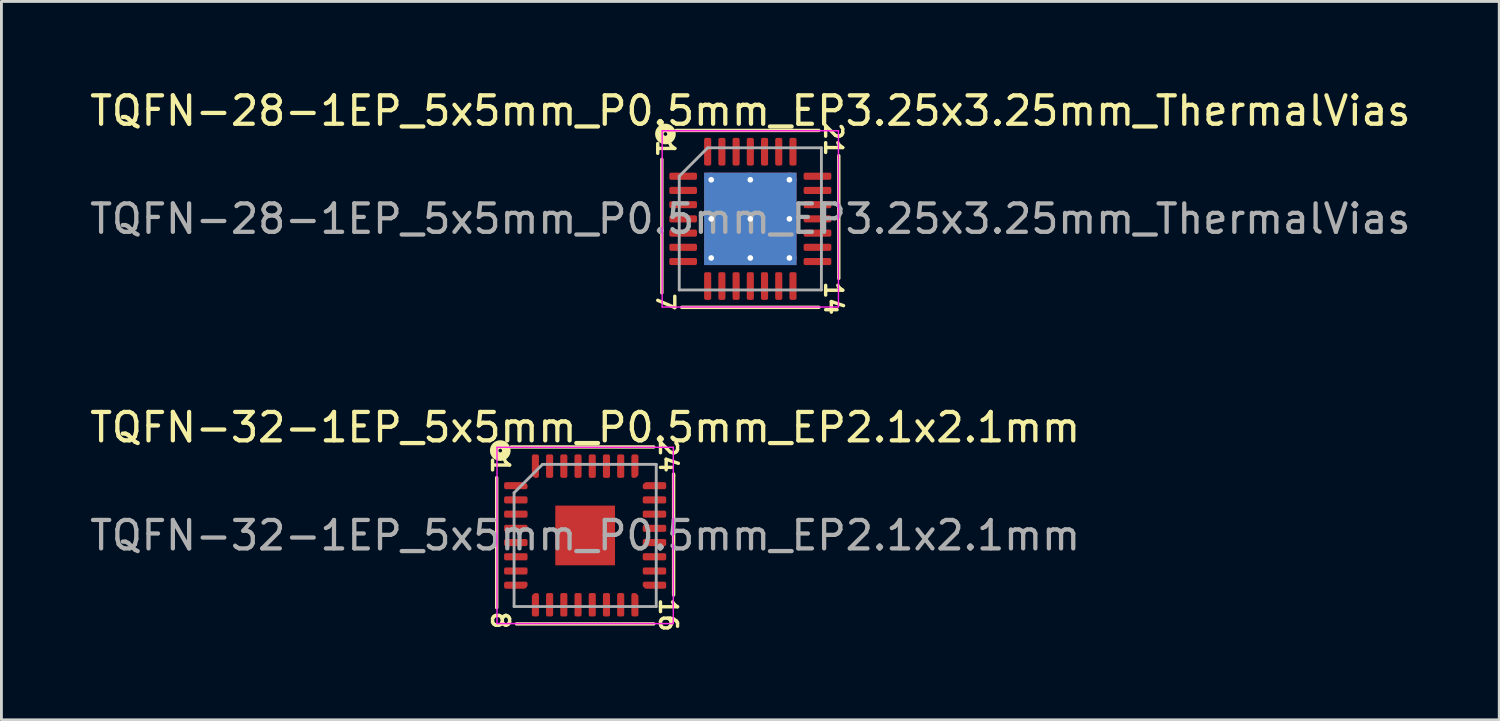
<source format=kicad_pcb>
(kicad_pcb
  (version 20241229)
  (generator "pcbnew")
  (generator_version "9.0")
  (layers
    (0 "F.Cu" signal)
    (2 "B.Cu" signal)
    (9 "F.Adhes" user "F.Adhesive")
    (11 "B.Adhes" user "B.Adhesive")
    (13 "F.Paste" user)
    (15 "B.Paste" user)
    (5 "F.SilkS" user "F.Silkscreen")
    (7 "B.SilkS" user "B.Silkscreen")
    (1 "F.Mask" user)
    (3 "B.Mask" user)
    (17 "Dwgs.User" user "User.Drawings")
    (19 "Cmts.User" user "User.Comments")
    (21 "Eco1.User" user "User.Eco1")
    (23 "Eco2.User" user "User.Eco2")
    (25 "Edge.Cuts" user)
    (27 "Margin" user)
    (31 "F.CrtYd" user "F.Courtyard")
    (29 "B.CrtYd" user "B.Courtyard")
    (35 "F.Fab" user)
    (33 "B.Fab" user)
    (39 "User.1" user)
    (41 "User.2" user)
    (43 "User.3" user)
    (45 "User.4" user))
  (footprint "TQFN-32-1EP_5x5mm_P0.5mm_EP2.1x2.1mm"
    (layer "F.Cu")
    (at 17.53 15.782)
    (property "Reference" "TQFN-32-1EP_5x5mm_P0.5mm_EP2.1x2.1mm" (at 0 -3.8 0) (layer "F.SilkS") (effects (font (size 1 1) (thickness 0.15))))
    (attr smd)
    (fp_line (start -3.111 -2.032) (end -3.111 2.54) (stroke (width 0.12) (type solid)) (layer "F.SilkS"))
    (fp_line (start -2.413 3.111) (end 2.413 3.111) (stroke (width 0.12) (type solid)) (layer "F.SilkS"))
    (fp_line (start 2.413 -3.111) (end -2.603 -3.111) (stroke (width 0.12) (type solid)) (layer "F.SilkS"))
    (fp_line (start 3.111 -2.095) (end 3.111 -2.159) (stroke (width 0.12) (type solid)) (layer "F.SilkS"))
    (fp_line (start 3.111 2.095) (end 3.111 -2.095) (stroke (width 0.12) (type solid)) (layer "F.SilkS"))
    (fp_circle (center -2.985 -2.985) (end -2.921 -2.985) (stroke (width 0.3) (type solid)) (fill no) (layer "F.SilkS"))
    (fp_line (start -3.1 -3.1) (end -3.1 3.1) (stroke (width 0.05) (type solid)) (layer "F.CrtYd"))
    (fp_line (start -3.1 3.1) (end 3.1 3.1) (stroke (width 0.05) (type solid)) (layer "F.CrtYd"))
    (fp_line (start 3.1 -3.1) (end -3.1 -3.1) (stroke (width 0.05) (type solid)) (layer "F.CrtYd"))
    (fp_line (start 3.1 3.1) (end 3.1 -3.1) (stroke (width 0.05) (type solid)) (layer "F.CrtYd"))
    (fp_line (start -2.5 -1.5) (end -1.5 -2.5) (stroke (width 0.1) (type solid)) (layer "F.Fab"))
    (fp_line (start -2.5 2.5) (end -2.5 -1.5) (stroke (width 0.1) (type solid)) (layer "F.Fab"))
    (fp_line (start -1.5 -2.5) (end 2.5 -2.5) (stroke (width 0.1) (type solid)) (layer "F.Fab"))
    (fp_line (start 2.5 -2.5) (end 2.5 2.5) (stroke (width 0.1) (type solid)) (layer "F.Fab"))
    (fp_line (start 2.5 2.5) (end -2.5 2.5) (stroke (width 0.1) (type solid)) (layer "F.Fab"))
    (fp_text user "16" (at 2.921 2.794 270) (unlocked yes) (layer "F.SilkS") (effects (font (size 0.6 0.6) (thickness 0.12))))
    (fp_text user "8" (at -2.985 2.985 270) (unlocked yes) (layer "F.SilkS") (effects (font (size 0.6 0.6) (thickness 0.12))))
    (fp_text user "24" (at 2.921 -2.794 270) (unlocked yes) (layer "F.SilkS") (effects (font (size 0.6 0.6) (thickness 0.12))))
    (fp_text user "1" (at -2.985 -2.477 270) (unlocked yes) (layer "F.SilkS") (effects (font (size 0.6 0.6) (thickness 0.12))))
    (fp_text user "${REFERENCE}" (at 0 0 0) (layer "F.Fab") (effects (font (size 1 1) (thickness 0.15))))
    (pad "" smd roundrect (at -0.525 -0.525) (size 0.85 0.85) (layers "F.Paste") (roundrect_rratio 0.25))
    (pad "" smd roundrect (at -0.525 0.525) (size 0.85 0.85) (layers "F.Paste") (roundrect_rratio 0.25))
    (pad "" smd roundrect (at 0.525 -0.525) (size 0.85 0.85) (layers "F.Paste") (roundrect_rratio 0.25))
    (pad "" smd roundrect (at 0.525 0.525) (size 0.85 0.85) (layers "F.Paste") (roundrect_rratio 0.25))
    (pad "1" smd custom (at -2.438 -1.75) (size 0.186 0.186) (layers "F.Cu" "F.Mask" "F.Paste") (options (anchor circle)) (primitives (gr_poly (pts (xy 0.35 -0.009) (xy 0.35 0.062) (xy -0.35 0.062) (xy -0.35 -0.062) (xy 0.297 -0.062)) (width 0.125) (fill yes))))
    (pad "2" smd roundrect (at -2.438 -1.25) (size 0.825 0.25) (layers "F.Cu" "F.Mask" "F.Paste") (roundrect_rratio 0.25))
    (pad "3" smd roundrect (at -2.438 -0.75) (size 0.825 0.25) (layers "F.Cu" "F.Mask" "F.Paste") (roundrect_rratio 0.25))
    (pad "4" smd roundrect (at -2.438 -0.25) (size 0.825 0.25) (layers "F.Cu" "F.Mask" "F.Paste") (roundrect_rratio 0.25))
    (pad "5" smd roundrect (at -2.438 0.25) (size 0.825 0.25) (layers "F.Cu" "F.Mask" "F.Paste") (roundrect_rratio 0.25))
    (pad "6" smd roundrect (at -2.438 0.75) (size 0.825 0.25) (layers "F.Cu" "F.Mask" "F.Paste") (roundrect_rratio 0.25))
    (pad "7" smd roundrect (at -2.438 1.25) (size 0.825 0.25) (layers "F.Cu" "F.Mask" "F.Paste") (roundrect_rratio 0.25))
    (pad "8" smd custom (at -2.438 1.75) (size 0.186 0.186) (layers "F.Cu" "F.Mask" "F.Paste") (options (anchor circle)) (primitives (gr_poly (pts (xy 0.35 0.009) (xy 0.297 0.062) (xy -0.35 0.062) (xy -0.35 -0.062) (xy 0.35 -0.062)) (width 0.125) (fill yes))))
    (pad "9" smd custom (at -1.75 2.438) (size 0.186 0.186) (layers "F.Cu" "F.Mask" "F.Paste") (options (anchor circle)) (primitives (gr_poly (pts (xy 0.062 0.35) (xy -0.062 0.35) (xy -0.062 -0.297) (xy -0.009 -0.35) (xy 0.062 -0.35)) (width 0.125) (fill yes))))
    (pad "10" smd roundrect (at -1.25 2.438) (size 0.25 0.825) (layers "F.Cu" "F.Mask" "F.Paste") (roundrect_rratio 0.25))
    (pad "11" smd roundrect (at -0.75 2.438) (size 0.25 0.825) (layers "F.Cu" "F.Mask" "F.Paste") (roundrect_rratio 0.25))
    (pad "12" smd roundrect (at -0.25 2.438) (size 0.25 0.825) (layers "F.Cu" "F.Mask" "F.Paste") (roundrect_rratio 0.25))
    (pad "13" smd roundrect (at 0.25 2.438) (size 0.25 0.825) (layers "F.Cu" "F.Mask" "F.Paste") (roundrect_rratio 0.25))
    (pad "14" smd roundrect (at 0.75 2.438) (size 0.25 0.825) (layers "F.Cu" "F.Mask" "F.Paste") (roundrect_rratio 0.25))
    (pad "15" smd roundrect (at 1.25 2.438) (size 0.25 0.825) (layers "F.Cu" "F.Mask" "F.Paste") (roundrect_rratio 0.25))
    (pad "16" smd custom (at 1.75 2.438) (size 0.186 0.186) (layers "F.Cu" "F.Mask" "F.Paste") (options (anchor circle)) (primitives (gr_poly (pts (xy 0.062 -0.297) (xy 0.062 0.35) (xy -0.062 0.35) (xy -0.062 -0.35) (xy 0.009 -0.35)) (width 0.125) (fill yes))))
    (pad "17" smd custom (at 2.438 1.75) (size 0.186 0.186) (layers "F.Cu" "F.Mask" "F.Paste") (options (anchor circle)) (primitives (gr_poly (pts (xy 0.35 0.062) (xy -0.297 0.062) (xy -0.35 0.009) (xy -0.35 -0.062) (xy 0.35 -0.062)) (width 0.125) (fill yes))))
    (pad "18" smd roundrect (at 2.438 1.25) (size 0.825 0.25) (layers "F.Cu" "F.Mask" "F.Paste") (roundrect_rratio 0.25))
    (pad "19" smd roundrect (at 2.438 0.75) (size 0.825 0.25) (layers "F.Cu" "F.Mask" "F.Paste") (roundrect_rratio 0.25))
    (pad "20" smd roundrect (at 2.438 0.25) (size 0.825 0.25) (layers "F.Cu" "F.Mask" "F.Paste") (roundrect_rratio 0.25))
    (pad "21" smd roundrect (at 2.438 -0.25) (size 0.825 0.25) (layers "F.Cu" "F.Mask" "F.Paste") (roundrect_rratio 0.25))
    (pad "22" smd roundrect (at 2.438 -0.75) (size 0.825 0.25) (layers "F.Cu" "F.Mask" "F.Paste") (roundrect_rratio 0.25))
    (pad "23" smd roundrect (at 2.438 -1.25) (size 0.825 0.25) (layers "F.Cu" "F.Mask" "F.Paste") (roundrect_rratio 0.25))
    (pad "24" smd custom (at 2.438 -1.75) (size 0.186 0.186) (layers "F.Cu" "F.Mask" "F.Paste") (options (anchor circle)) (primitives (gr_poly (pts (xy 0.35 0.062) (xy -0.35 0.062) (xy -0.35 -0.009) (xy -0.297 -0.062) (xy 0.35 -0.062)) (width 0.125) (fill yes))))
    (pad "25" smd custom (at 1.75 -2.438) (size 0.186 0.186) (layers "F.Cu" "F.Mask" "F.Paste") (options (anchor circle)) (primitives (gr_poly (pts (xy 0.062 0.297) (xy 0.009 0.35) (xy -0.062 0.35) (xy -0.062 -0.35) (xy 0.062 -0.35)) (width 0.125) (fill yes))))
    (pad "26" smd roundrect (at 1.25 -2.438) (size 0.25 0.825) (layers "F.Cu" "F.Mask" "F.Paste") (roundrect_rratio 0.25))
    (pad "27" smd roundrect (at 0.75 -2.438) (size 0.25 0.825) (layers "F.Cu" "F.Mask" "F.Paste") (roundrect_rratio 0.25))
    (pad "28" smd roundrect (at 0.25 -2.438) (size 0.25 0.825) (layers "F.Cu" "F.Mask" "F.Paste") (roundrect_rratio 0.25))
    (pad "29" smd roundrect (at -0.25 -2.438) (size 0.25 0.825) (layers "F.Cu" "F.Mask" "F.Paste") (roundrect_rratio 0.25))
    (pad "30" smd roundrect (at -0.75 -2.438) (size 0.25 0.825) (layers "F.Cu" "F.Mask" "F.Paste") (roundrect_rratio 0.25))
    (pad "31" smd roundrect (at -1.25 -2.438) (size 0.25 0.825) (layers "F.Cu" "F.Mask" "F.Paste") (roundrect_rratio 0.25))
    (pad "32" smd custom (at -1.75 -2.438) (size 0.186 0.186) (layers "F.Cu" "F.Mask" "F.Paste") (options (anchor circle)) (primitives (gr_poly (pts (xy 0.062 0.35) (xy -0.009 0.35) (xy -0.062 0.297) (xy -0.062 -0.35) (xy 0.062 -0.35)) (width 0.125) (fill yes))))
    (pad "33" smd rect (at 0 0) (size 2.1 2.1) (layers "F.Cu" "F.Mask")))
  (footprint "TQFN-28-1EP_5x5mm_P0.5mm_EP3.25x3.25mm_ThermalVias"
    (layer "F.Cu")
    (at 23.339 4.648)
    (property "Reference" "TQFN-28-1EP_5x5mm_P0.5mm_EP3.25x3.25mm_ThermalVias" (at 0 -3.8 0) (layer "F.SilkS") (effects (font (size 1 1) (thickness 0.15))))
    (attr smd)
    (fp_line (start -3.111 -2.095) (end -3.111 2.603) (stroke (width 0.12) (type solid)) (layer "F.SilkS"))
    (fp_line (start -2.413 3.111) (end 2.413 3.111) (stroke (width 0.12) (type solid)) (layer "F.SilkS"))
    (fp_line (start 2.413 -3.111) (end -2.603 -3.111) (stroke (width 0.12) (type solid)) (layer "F.SilkS"))
    (fp_line (start 3.111 2.095) (end 3.111 -2.223) (stroke (width 0.12) (type solid)) (layer "F.SilkS"))
    (fp_circle (center -2.985 -2.985) (end -2.921 -2.985) (stroke (width 0.3) (type solid)) (fill no) (layer "F.SilkS"))
    (fp_line (start -3.1 -3.1) (end -3.1 3.1) (stroke (width 0.05) (type solid)) (layer "F.CrtYd"))
    (fp_line (start -3.1 3.1) (end 3.1 3.1) (stroke (width 0.05) (type solid)) (layer "F.CrtYd"))
    (fp_line (start 3.1 -3.1) (end -3.1 -3.1) (stroke (width 0.05) (type solid)) (layer "F.CrtYd"))
    (fp_line (start 3.1 3.1) (end 3.1 -3.1) (stroke (width 0.05) (type solid)) (layer "F.CrtYd"))
    (fp_line (start -2.5 -1.5) (end -1.5 -2.5) (stroke (width 0.1) (type solid)) (layer "F.Fab"))
    (fp_line (start -2.5 2.5) (end -2.5 -1.5) (stroke (width 0.1) (type solid)) (layer "F.Fab"))
    (fp_line (start -1.5 -2.5) (end 2.5 -2.5) (stroke (width 0.1) (type solid)) (layer "F.Fab"))
    (fp_line (start 2.5 -2.5) (end 2.5 2.5) (stroke (width 0.1) (type solid)) (layer "F.Fab"))
    (fp_line (start 2.5 2.5) (end -2.5 2.5) (stroke (width 0.1) (type solid)) (layer "F.Fab"))
    (fp_text user "21" (at 2.921 -2.794 270) (unlocked yes) (layer "F.SilkS") (effects (font (size 0.6 0.6) (thickness 0.12))))
    (fp_text user "1" (at -2.985 -2.477 270) (unlocked yes) (layer "F.SilkS") (effects (font (size 0.6 0.6) (thickness 0.12))))
    (fp_text user "7" (at -2.985 2.921 270) (unlocked yes) (layer "F.SilkS") (effects (font (size 0.6 0.6) (thickness 0.12))))
    (fp_text user "14" (at 2.921 2.794 270) (unlocked yes) (layer "F.SilkS") (effects (font (size 0.6 0.6) (thickness 0.12))))
    (fp_text user "${REFERENCE}" (at 0 0 0) (layer "F.Fab") (effects (font (size 1 1) (thickness 0.15))))
    (pad "" smd roundrect (at -0.81 -0.81) (size 1.41 1.41) (layers "F.Paste") (roundrect_rratio 0.177))
    (pad "" smd roundrect (at -0.81 0.81) (size 1.41 1.41) (layers "F.Paste") (roundrect_rratio 0.177))
    (pad "" smd roundrect (at 0.81 -0.81) (size 1.41 1.41) (layers "F.Paste") (roundrect_rratio 0.177))
    (pad "" smd roundrect (at 0.81 0.81) (size 1.41 1.41) (layers "F.Paste") (roundrect_rratio 0.177))
    (pad "1" smd roundrect (at -2.362 -1.5) (size 0.975 0.25) (layers "F.Cu" "F.Mask" "F.Paste") (roundrect_rratio 0.25))
    (pad "2" smd roundrect (at -2.362 -1) (size 0.975 0.25) (layers "F.Cu" "F.Mask" "F.Paste") (roundrect_rratio 0.25))
    (pad "3" smd roundrect (at -2.362 -0.5) (size 0.975 0.25) (layers "F.Cu" "F.Mask" "F.Paste") (roundrect_rratio 0.25))
    (pad "4" smd roundrect (at -2.362 0) (size 0.975 0.25) (layers "F.Cu" "F.Mask" "F.Paste") (roundrect_rratio 0.25))
    (pad "5" smd roundrect (at -2.362 0.5) (size 0.975 0.25) (layers "F.Cu" "F.Mask" "F.Paste") (roundrect_rratio 0.25))
    (pad "6" smd roundrect (at -2.362 1) (size 0.975 0.25) (layers "F.Cu" "F.Mask" "F.Paste") (roundrect_rratio 0.25))
    (pad "7" smd roundrect (at -2.362 1.5) (size 0.975 0.25) (layers "F.Cu" "F.Mask" "F.Paste") (roundrect_rratio 0.25))
    (pad "8" smd roundrect (at -1.5 2.362) (size 0.25 0.975) (layers "F.Cu" "F.Mask" "F.Paste") (roundrect_rratio 0.25))
    (pad "9" smd roundrect (at -1 2.362) (size 0.25 0.975) (layers "F.Cu" "F.Mask" "F.Paste") (roundrect_rratio 0.25))
    (pad "10" smd roundrect (at -0.5 2.362) (size 0.25 0.975) (layers "F.Cu" "F.Mask" "F.Paste") (roundrect_rratio 0.25))
    (pad "11" smd roundrect (at 0 2.362) (size 0.25 0.975) (layers "F.Cu" "F.Mask" "F.Paste") (roundrect_rratio 0.25))
    (pad "12" smd roundrect (at 0.5 2.362) (size 0.25 0.975) (layers "F.Cu" "F.Mask" "F.Paste") (roundrect_rratio 0.25))
    (pad "13" smd roundrect (at 1 2.362) (size 0.25 0.975) (layers "F.Cu" "F.Mask" "F.Paste") (roundrect_rratio 0.25))
    (pad "14" smd roundrect (at 1.5 2.362) (size 0.25 0.975) (layers "F.Cu" "F.Mask" "F.Paste") (roundrect_rratio 0.25))
    (pad "15" smd roundrect (at 2.362 1.5) (size 0.975 0.25) (layers "F.Cu" "F.Mask" "F.Paste") (roundrect_rratio 0.25))
    (pad "16" smd roundrect (at 2.362 1) (size 0.975 0.25) (layers "F.Cu" "F.Mask" "F.Paste") (roundrect_rratio 0.25))
    (pad "17" smd roundrect (at 2.362 0.5) (size 0.975 0.25) (layers "F.Cu" "F.Mask" "F.Paste") (roundrect_rratio 0.25))
    (pad "18" smd roundrect (at 2.362 0) (size 0.975 0.25) (layers "F.Cu" "F.Mask" "F.Paste") (roundrect_rratio 0.25))
    (pad "19" smd roundrect (at 2.362 -0.5) (size 0.975 0.25) (layers "F.Cu" "F.Mask" "F.Paste") (roundrect_rratio 0.25))
    (pad "20" smd roundrect (at 2.362 -1) (size 0.975 0.25) (layers "F.Cu" "F.Mask" "F.Paste") (roundrect_rratio 0.25))
    (pad "21" smd roundrect (at 2.362 -1.5) (size 0.975 0.25) (layers "F.Cu" "F.Mask" "F.Paste") (roundrect_rratio 0.25))
    (pad "22" smd roundrect (at 1.5 -2.362) (size 0.25 0.975) (layers "F.Cu" "F.Mask" "F.Paste") (roundrect_rratio 0.25))
    (pad "23" smd roundrect (at 1 -2.362) (size 0.25 0.975) (layers "F.Cu" "F.Mask" "F.Paste") (roundrect_rratio 0.25))
    (pad "24" smd roundrect (at 0.5 -2.362) (size 0.25 0.975) (layers "F.Cu" "F.Mask" "F.Paste") (roundrect_rratio 0.25))
    (pad "25" smd roundrect (at 0 -2.362) (size 0.25 0.975) (layers "F.Cu" "F.Mask" "F.Paste") (roundrect_rratio 0.25))
    (pad "26" smd roundrect (at -0.5 -2.362) (size 0.25 0.975) (layers "F.Cu" "F.Mask" "F.Paste") (roundrect_rratio 0.25))
    (pad "27" smd roundrect (at -1 -2.362) (size 0.25 0.975) (layers "F.Cu" "F.Mask" "F.Paste") (roundrect_rratio 0.25))
    (pad "28" smd roundrect (at -1.5 -2.362) (size 0.25 0.975) (layers "F.Cu" "F.Mask" "F.Paste") (roundrect_rratio 0.25))
    (pad "29" thru_hole circle (at -1.375 -1.375) (size 0.5 0.5) (drill 0.2) (layers "*.Cu"))
    (pad "29" thru_hole circle (at -1.375 0) (size 0.5 0.5) (drill 0.2) (layers "*.Cu"))
    (pad "29" thru_hole circle (at -1.375 1.375) (size 0.5 0.5) (drill 0.2) (layers "*.Cu"))
    (pad "29" thru_hole circle (at 0 -1.375) (size 0.5 0.5) (drill 0.2) (layers "*.Cu"))
    (pad "29" thru_hole circle (at 0 0) (size 0.5 0.5) (drill 0.2) (layers "*.Cu"))
    (pad "29" smd rect (at 0 0) (size 3.25 3.25) (layers "F.Cu" "F.Mask"))
    (pad "29" smd rect (at 0 0) (size 3.25 3.25) (layers "B.Cu" "B.Mask"))
    (pad "29" thru_hole circle (at 0 1.375) (size 0.5 0.5) (drill 0.2) (layers "*.Cu"))
    (pad "29" thru_hole circle (at 1.375 -1.375) (size 0.5 0.5) (drill 0.2) (layers "*.Cu"))
    (pad "29" thru_hole circle (at 1.375 0) (size 0.5 0.5) (drill 0.2) (layers "*.Cu"))
    (pad "29" thru_hole circle (at 1.375 1.375) (size 0.5 0.5) (drill 0.2) (layers "*.Cu")))
  (gr_rect
    (start -3 -3)
    (end 49.679 22.267)
    (stroke (width 0.1) (type default))
    (fill no)
    (layer "Edge.Cuts")))
</source>
